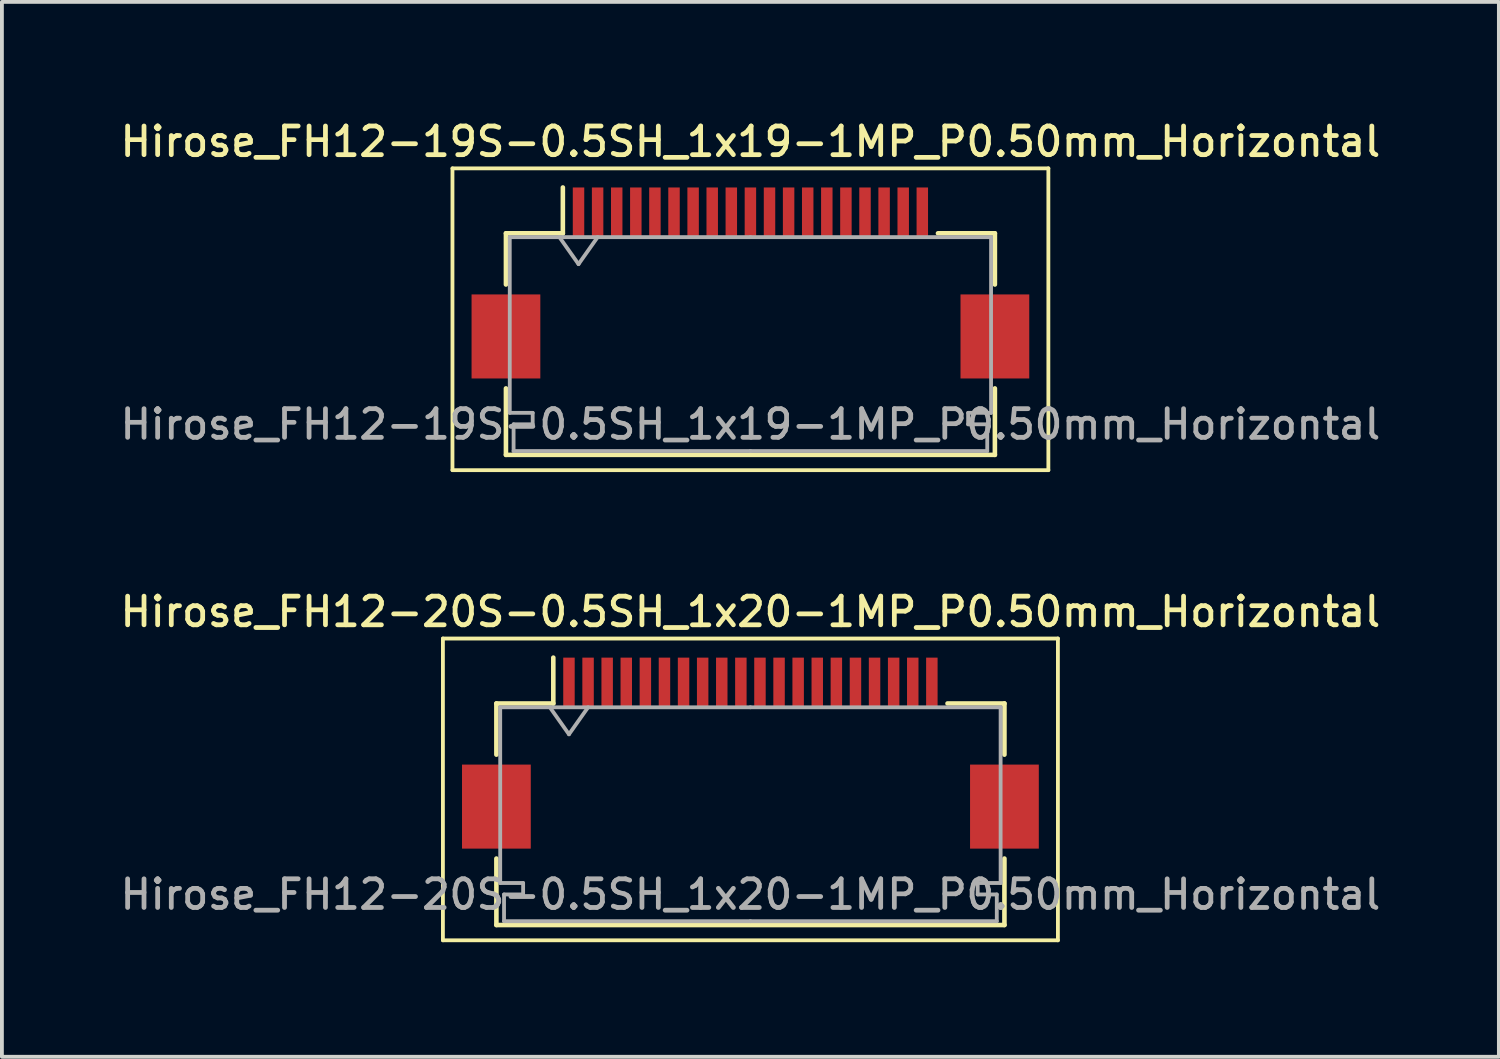
<source format=kicad_pcb>
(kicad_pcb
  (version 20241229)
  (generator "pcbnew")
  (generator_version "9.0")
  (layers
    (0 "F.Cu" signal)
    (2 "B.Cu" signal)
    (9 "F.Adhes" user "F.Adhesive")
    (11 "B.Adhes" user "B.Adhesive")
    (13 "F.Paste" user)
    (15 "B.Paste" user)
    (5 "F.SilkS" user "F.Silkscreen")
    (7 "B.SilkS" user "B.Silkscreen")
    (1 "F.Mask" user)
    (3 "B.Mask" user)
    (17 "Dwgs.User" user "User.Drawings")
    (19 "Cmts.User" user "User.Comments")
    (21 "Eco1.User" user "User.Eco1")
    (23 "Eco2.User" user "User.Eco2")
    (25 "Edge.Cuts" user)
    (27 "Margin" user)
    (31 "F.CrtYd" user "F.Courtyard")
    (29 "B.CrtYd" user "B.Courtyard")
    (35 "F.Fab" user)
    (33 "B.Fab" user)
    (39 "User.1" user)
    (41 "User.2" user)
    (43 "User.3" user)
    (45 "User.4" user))
  (footprint "Hirose_FH12-19S-0.5SH_1x19-1MP_P0.50mm_Horizontal"
    (layer "F.Cu")
    (at 16.595 4.358)
    (property "Reference" "Hirose_FH12-19S-0.5SH_1x19-1MP_P0.50mm_Horizontal" (at 0 -3.7 0) (layer "F.SilkS") (effects (font (size 0.75 0.75) (thickness 0.125))))
    (attr smd)
    (fp_line (start -7.8 -3) (end -7.8 4.9) (stroke (width 0.1) (type solid)) (layer "F.SilkS"))
    (fp_line (start -7.8 4.9) (end 7.8 4.9) (stroke (width 0.1) (type solid)) (layer "F.SilkS"))
    (fp_line (start -6.4 -1.3) (end -6.4 0.04) (stroke (width 0.12) (type solid)) (layer "F.SilkS"))
    (fp_line (start -6.4 2.76) (end -6.4 4.5) (stroke (width 0.12) (type solid)) (layer "F.SilkS"))
    (fp_line (start -6.4 4.5) (end 6.4 4.5) (stroke (width 0.12) (type solid)) (layer "F.SilkS"))
    (fp_line (start -4.91 -1.3) (end -6.4 -1.3) (stroke (width 0.12) (type solid)) (layer "F.SilkS"))
    (fp_line (start -4.91 -1.3) (end -4.91 -2.5) (stroke (width 0.12) (type solid)) (layer "F.SilkS"))
    (fp_line (start 4.91 -1.3) (end 6.4 -1.3) (stroke (width 0.12) (type solid)) (layer "F.SilkS"))
    (fp_line (start 6.4 -1.3) (end 6.4 0.04) (stroke (width 0.12) (type solid)) (layer "F.SilkS"))
    (fp_line (start 6.4 4.5) (end 6.4 2.76) (stroke (width 0.12) (type solid)) (layer "F.SilkS"))
    (fp_line (start 7.8 -3) (end -7.8 -3) (stroke (width 0.1) (type solid)) (layer "F.SilkS"))
    (fp_line (start 7.8 4.9) (end 7.8 -3) (stroke (width 0.1) (type solid)) (layer "F.SilkS"))
    (fp_line (start -6.3 -1.2) (end -6.3 3.4) (stroke (width 0.1) (type solid)) (layer "F.Fab"))
    (fp_line (start -6.3 3.4) (end -5.7 3.4) (stroke (width 0.1) (type solid)) (layer "F.Fab"))
    (fp_line (start -6.2 3.7) (end -6.2 4.4) (stroke (width 0.1) (type solid)) (layer "F.Fab"))
    (fp_line (start -6.2 4.4) (end 0 4.4) (stroke (width 0.1) (type solid)) (layer "F.Fab"))
    (fp_line (start -5.7 3.4) (end -5.7 3.7) (stroke (width 0.1) (type solid)) (layer "F.Fab"))
    (fp_line (start -5.7 3.7) (end -6.2 3.7) (stroke (width 0.1) (type solid)) (layer "F.Fab"))
    (fp_line (start -5 -1.2) (end -4.5 -0.493) (stroke (width 0.1) (type solid)) (layer "F.Fab"))
    (fp_line (start -4.5 -0.493) (end -4 -1.2) (stroke (width 0.1) (type solid)) (layer "F.Fab"))
    (fp_line (start 0 -1.2) (end -6.3 -1.2) (stroke (width 0.1) (type solid)) (layer "F.Fab"))
    (fp_line (start 0 -1.2) (end 6.3 -1.2) (stroke (width 0.1) (type solid)) (layer "F.Fab"))
    (fp_line (start 5.7 3.4) (end 5.7 3.7) (stroke (width 0.1) (type solid)) (layer "F.Fab"))
    (fp_line (start 5.7 3.7) (end 6.2 3.7) (stroke (width 0.1) (type solid)) (layer "F.Fab"))
    (fp_line (start 6.2 3.7) (end 6.2 4.4) (stroke (width 0.1) (type solid)) (layer "F.Fab"))
    (fp_line (start 6.2 4.4) (end 0 4.4) (stroke (width 0.1) (type solid)) (layer "F.Fab"))
    (fp_line (start 6.3 -1.2) (end 6.3 3.4) (stroke (width 0.1) (type solid)) (layer "F.Fab"))
    (fp_line (start 6.3 3.4) (end 5.7 3.4) (stroke (width 0.1) (type solid)) (layer "F.Fab"))
    (fp_text user "${REFERENCE}" (at 0 3.7 0) (layer "F.Fab") (effects (font (size 0.75 0.75) (thickness 0.125))))
    (pad "1" smd rect (at -4.5 -1.85) (size 0.3 1.3) (layers "F.Cu" "F.Mask" "F.Paste"))
    (pad "2" smd rect (at -4 -1.85) (size 0.3 1.3) (layers "F.Cu" "F.Mask" "F.Paste"))
    (pad "3" smd rect (at -3.5 -1.85) (size 0.3 1.3) (layers "F.Cu" "F.Mask" "F.Paste"))
    (pad "4" smd rect (at -3 -1.85) (size 0.3 1.3) (layers "F.Cu" "F.Mask" "F.Paste"))
    (pad "5" smd rect (at -2.5 -1.85) (size 0.3 1.3) (layers "F.Cu" "F.Mask" "F.Paste"))
    (pad "6" smd rect (at -2 -1.85) (size 0.3 1.3) (layers "F.Cu" "F.Mask" "F.Paste"))
    (pad "7" smd rect (at -1.5 -1.85) (size 0.3 1.3) (layers "F.Cu" "F.Mask" "F.Paste"))
    (pad "8" smd rect (at -1 -1.85) (size 0.3 1.3) (layers "F.Cu" "F.Mask" "F.Paste"))
    (pad "9" smd rect (at -0.5 -1.85) (size 0.3 1.3) (layers "F.Cu" "F.Mask" "F.Paste"))
    (pad "10" smd rect (at 0 -1.85) (size 0.3 1.3) (layers "F.Cu" "F.Mask" "F.Paste"))
    (pad "11" smd rect (at 0.5 -1.85) (size 0.3 1.3) (layers "F.Cu" "F.Mask" "F.Paste"))
    (pad "12" smd rect (at 1 -1.85) (size 0.3 1.3) (layers "F.Cu" "F.Mask" "F.Paste"))
    (pad "13" smd rect (at 1.5 -1.85) (size 0.3 1.3) (layers "F.Cu" "F.Mask" "F.Paste"))
    (pad "14" smd rect (at 2 -1.85) (size 0.3 1.3) (layers "F.Cu" "F.Mask" "F.Paste"))
    (pad "15" smd rect (at 2.5 -1.85) (size 0.3 1.3) (layers "F.Cu" "F.Mask" "F.Paste"))
    (pad "16" smd rect (at 3 -1.85) (size 0.3 1.3) (layers "F.Cu" "F.Mask" "F.Paste"))
    (pad "17" smd rect (at 3.5 -1.85) (size 0.3 1.3) (layers "F.Cu" "F.Mask" "F.Paste"))
    (pad "18" smd rect (at 4 -1.85) (size 0.3 1.3) (layers "F.Cu" "F.Mask" "F.Paste"))
    (pad "19" smd rect (at 4.5 -1.85) (size 0.3 1.3) (layers "F.Cu" "F.Mask" "F.Paste"))
    (pad "MP" smd rect (at -6.4 1.4) (size 1.8 2.2) (layers "F.Cu" "F.Mask" "F.Paste"))
    (pad "MP" smd rect (at 6.4 1.4) (size 1.8 2.2) (layers "F.Cu" "F.Mask" "F.Paste")))
  (footprint "Hirose_FH12-20S-0.5SH_1x20-1MP_P0.50mm_Horizontal"
    (layer "F.Cu")
    (at 16.595 16.666)
    (property "Reference" "Hirose_FH12-20S-0.5SH_1x20-1MP_P0.50mm_Horizontal" (at 0 -3.7 0) (layer "F.SilkS") (effects (font (size 0.75 0.75) (thickness 0.125))))
    (attr smd)
    (fp_line (start -8.05 -3) (end -8.05 4.9) (stroke (width 0.1) (type solid)) (layer "F.SilkS"))
    (fp_line (start -8.05 4.9) (end 8.05 4.9) (stroke (width 0.1) (type solid)) (layer "F.SilkS"))
    (fp_line (start -6.65 -1.3) (end -6.65 0.04) (stroke (width 0.12) (type solid)) (layer "F.SilkS"))
    (fp_line (start -6.65 2.76) (end -6.65 4.5) (stroke (width 0.12) (type solid)) (layer "F.SilkS"))
    (fp_line (start -6.65 4.5) (end 6.65 4.5) (stroke (width 0.12) (type solid)) (layer "F.SilkS"))
    (fp_line (start -5.16 -1.3) (end -6.65 -1.3) (stroke (width 0.12) (type solid)) (layer "F.SilkS"))
    (fp_line (start -5.16 -1.3) (end -5.16 -2.5) (stroke (width 0.12) (type solid)) (layer "F.SilkS"))
    (fp_line (start 5.16 -1.3) (end 6.65 -1.3) (stroke (width 0.12) (type solid)) (layer "F.SilkS"))
    (fp_line (start 6.65 -1.3) (end 6.65 0.04) (stroke (width 0.12) (type solid)) (layer "F.SilkS"))
    (fp_line (start 6.65 4.5) (end 6.65 2.76) (stroke (width 0.12) (type solid)) (layer "F.SilkS"))
    (fp_line (start 8.05 -3) (end -8.05 -3) (stroke (width 0.1) (type solid)) (layer "F.SilkS"))
    (fp_line (start 8.05 4.9) (end 8.05 -3) (stroke (width 0.1) (type solid)) (layer "F.SilkS"))
    (fp_line (start -6.55 -1.2) (end -6.55 3.4) (stroke (width 0.1) (type solid)) (layer "F.Fab"))
    (fp_line (start -6.55 3.4) (end -5.95 3.4) (stroke (width 0.1) (type solid)) (layer "F.Fab"))
    (fp_line (start -6.45 3.7) (end -6.45 4.4) (stroke (width 0.1) (type solid)) (layer "F.Fab"))
    (fp_line (start -6.45 4.4) (end 0 4.4) (stroke (width 0.1) (type solid)) (layer "F.Fab"))
    (fp_line (start -5.95 3.4) (end -5.95 3.7) (stroke (width 0.1) (type solid)) (layer "F.Fab"))
    (fp_line (start -5.95 3.7) (end -6.45 3.7) (stroke (width 0.1) (type solid)) (layer "F.Fab"))
    (fp_line (start -5.25 -1.2) (end -4.75 -0.493) (stroke (width 0.1) (type solid)) (layer "F.Fab"))
    (fp_line (start -4.75 -0.493) (end -4.25 -1.2) (stroke (width 0.1) (type solid)) (layer "F.Fab"))
    (fp_line (start 0 -1.2) (end -6.55 -1.2) (stroke (width 0.1) (type solid)) (layer "F.Fab"))
    (fp_line (start 0 -1.2) (end 6.55 -1.2) (stroke (width 0.1) (type solid)) (layer "F.Fab"))
    (fp_line (start 5.95 3.4) (end 5.95 3.7) (stroke (width 0.1) (type solid)) (layer "F.Fab"))
    (fp_line (start 5.95 3.7) (end 6.45 3.7) (stroke (width 0.1) (type solid)) (layer "F.Fab"))
    (fp_line (start 6.45 3.7) (end 6.45 4.4) (stroke (width 0.1) (type solid)) (layer "F.Fab"))
    (fp_line (start 6.45 4.4) (end 0 4.4) (stroke (width 0.1) (type solid)) (layer "F.Fab"))
    (fp_line (start 6.55 -1.2) (end 6.55 3.4) (stroke (width 0.1) (type solid)) (layer "F.Fab"))
    (fp_line (start 6.55 3.4) (end 5.95 3.4) (stroke (width 0.1) (type solid)) (layer "F.Fab"))
    (fp_text user "${REFERENCE}" (at 0 3.7 0) (layer "F.Fab") (effects (font (size 0.75 0.75) (thickness 0.125))))
    (pad "1" smd rect (at -4.75 -1.85) (size 0.3 1.3) (layers "F.Cu" "F.Mask" "F.Paste"))
    (pad "2" smd rect (at -4.25 -1.85) (size 0.3 1.3) (layers "F.Cu" "F.Mask" "F.Paste"))
    (pad "3" smd rect (at -3.75 -1.85) (size 0.3 1.3) (layers "F.Cu" "F.Mask" "F.Paste"))
    (pad "4" smd rect (at -3.25 -1.85) (size 0.3 1.3) (layers "F.Cu" "F.Mask" "F.Paste"))
    (pad "5" smd rect (at -2.75 -1.85) (size 0.3 1.3) (layers "F.Cu" "F.Mask" "F.Paste"))
    (pad "6" smd rect (at -2.25 -1.85) (size 0.3 1.3) (layers "F.Cu" "F.Mask" "F.Paste"))
    (pad "7" smd rect (at -1.75 -1.85) (size 0.3 1.3) (layers "F.Cu" "F.Mask" "F.Paste"))
    (pad "8" smd rect (at -1.25 -1.85) (size 0.3 1.3) (layers "F.Cu" "F.Mask" "F.Paste"))
    (pad "9" smd rect (at -0.75 -1.85) (size 0.3 1.3) (layers "F.Cu" "F.Mask" "F.Paste"))
    (pad "10" smd rect (at -0.25 -1.85) (size 0.3 1.3) (layers "F.Cu" "F.Mask" "F.Paste"))
    (pad "11" smd rect (at 0.25 -1.85) (size 0.3 1.3) (layers "F.Cu" "F.Mask" "F.Paste"))
    (pad "12" smd rect (at 0.75 -1.85) (size 0.3 1.3) (layers "F.Cu" "F.Mask" "F.Paste"))
    (pad "13" smd rect (at 1.25 -1.85) (size 0.3 1.3) (layers "F.Cu" "F.Mask" "F.Paste"))
    (pad "14" smd rect (at 1.75 -1.85) (size 0.3 1.3) (layers "F.Cu" "F.Mask" "F.Paste"))
    (pad "15" smd rect (at 2.25 -1.85) (size 0.3 1.3) (layers "F.Cu" "F.Mask" "F.Paste"))
    (pad "16" smd rect (at 2.75 -1.85) (size 0.3 1.3) (layers "F.Cu" "F.Mask" "F.Paste"))
    (pad "17" smd rect (at 3.25 -1.85) (size 0.3 1.3) (layers "F.Cu" "F.Mask" "F.Paste"))
    (pad "18" smd rect (at 3.75 -1.85) (size 0.3 1.3) (layers "F.Cu" "F.Mask" "F.Paste"))
    (pad "19" smd rect (at 4.25 -1.85) (size 0.3 1.3) (layers "F.Cu" "F.Mask" "F.Paste"))
    (pad "20" smd rect (at 4.75 -1.85) (size 0.3 1.3) (layers "F.Cu" "F.Mask" "F.Paste"))
    (pad "MP" smd rect (at -6.65 1.4) (size 1.8 2.2) (layers "F.Cu" "F.Mask" "F.Paste"))
    (pad "MP" smd rect (at 6.65 1.4) (size 1.8 2.2) (layers "F.Cu" "F.Mask" "F.Paste")))
  (gr_rect
    (start -3 -3)
    (end 36.189 24.616)
    (stroke (width 0.1) (type default))
    (fill no)
    (layer "Edge.Cuts")))
</source>
